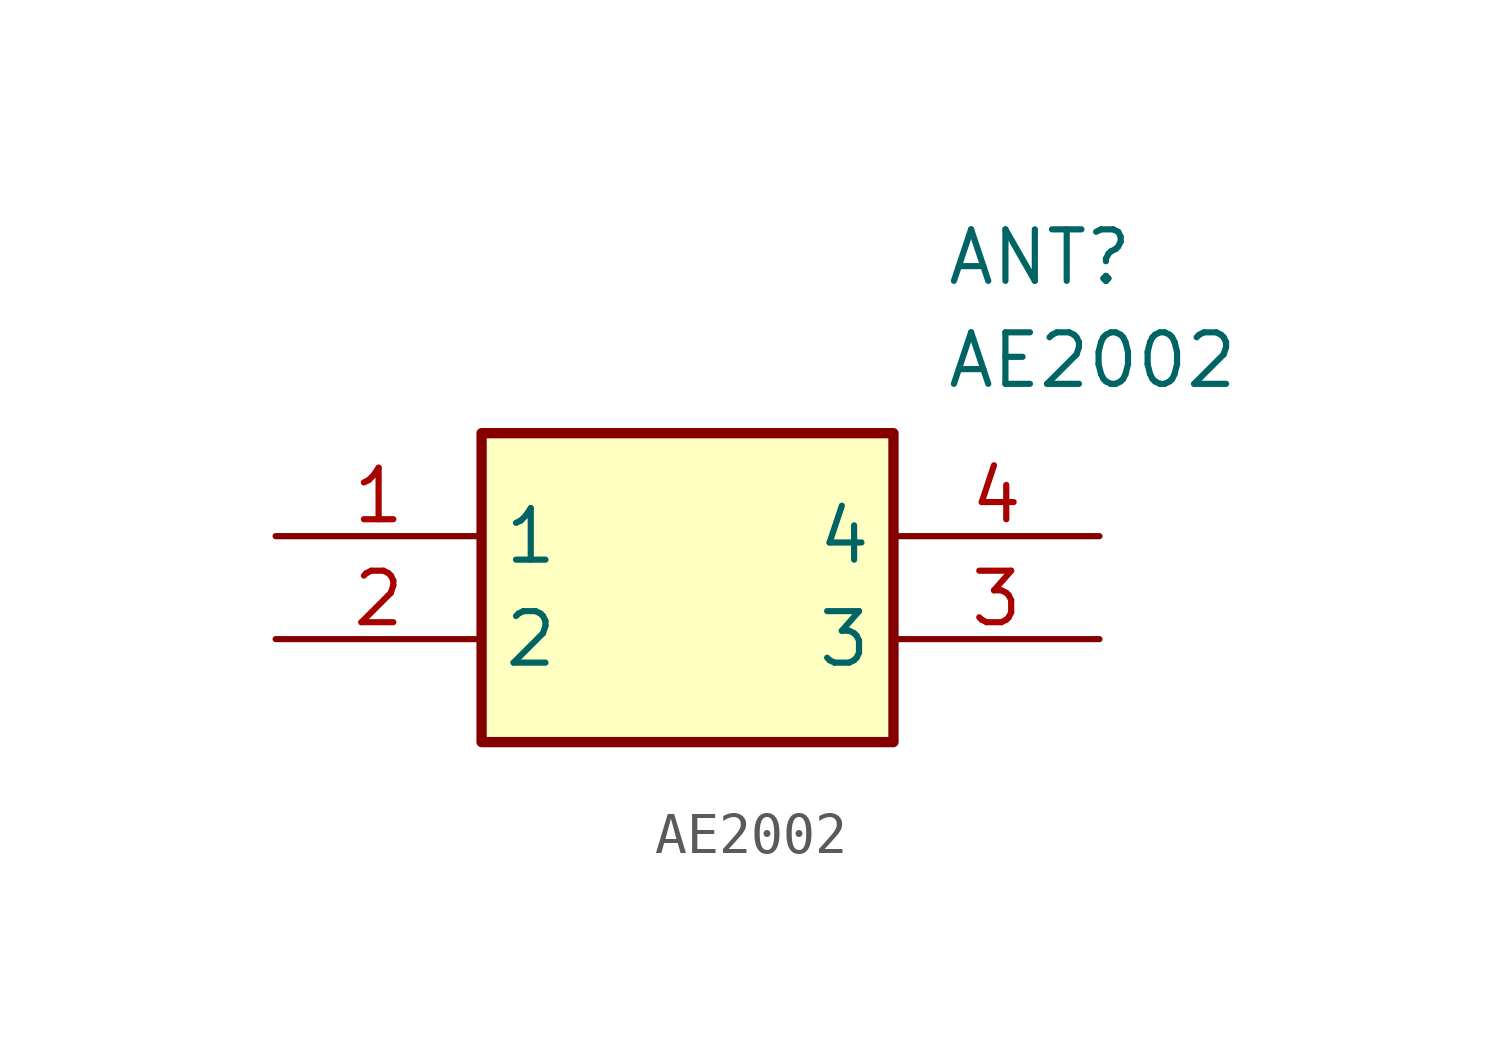
<source format=kicad_sym>
(kicad_symbol_lib
  (version 20211014)
  (generator SamacSys_ECAD_Model)
  (symbol "AE2002"
    (property "Reference" "ANT"
      (at 16.51 7.62 0)
      (effects (font (size 1.27 1.27)) (justify left top)))
    (property "Value" "AE2002"
      (at 16.51 5.08 0)
      (effects (font (size 1.27 1.27)) (justify left top)))
    (rectangle
      (start 5.08 2.54)
      (end 15.24 -5.08)
      (stroke (width 0.254) (type default))
      (fill (type background)))
    (pin passive line
      (at 0 0 0)
      (length 5.08)
      (name "1" (effects (font (size 1.27 1.27))))
      (number "1" (effects (font (size 1.27 1.27)))))
    (pin passive line
      (at 0 -2.54 0)
      (length 5.08)
      (name "2" (effects (font (size 1.27 1.27))))
      (number "2" (effects (font (size 1.27 1.27)))))
    (pin passive line
      (at 20.32 -2.54 180)
      (length 5.08)
      (name "3" (effects (font (size 1.27 1.27))))
      (number "3" (effects (font (size 1.27 1.27)))))
    (pin passive line
      (at 20.32 0 180)
      (length 5.08)
      (name "4" (effects (font (size 1.27 1.27))))
      (number "4" (effects (font (size 1.27 1.27)))))))
</source>
